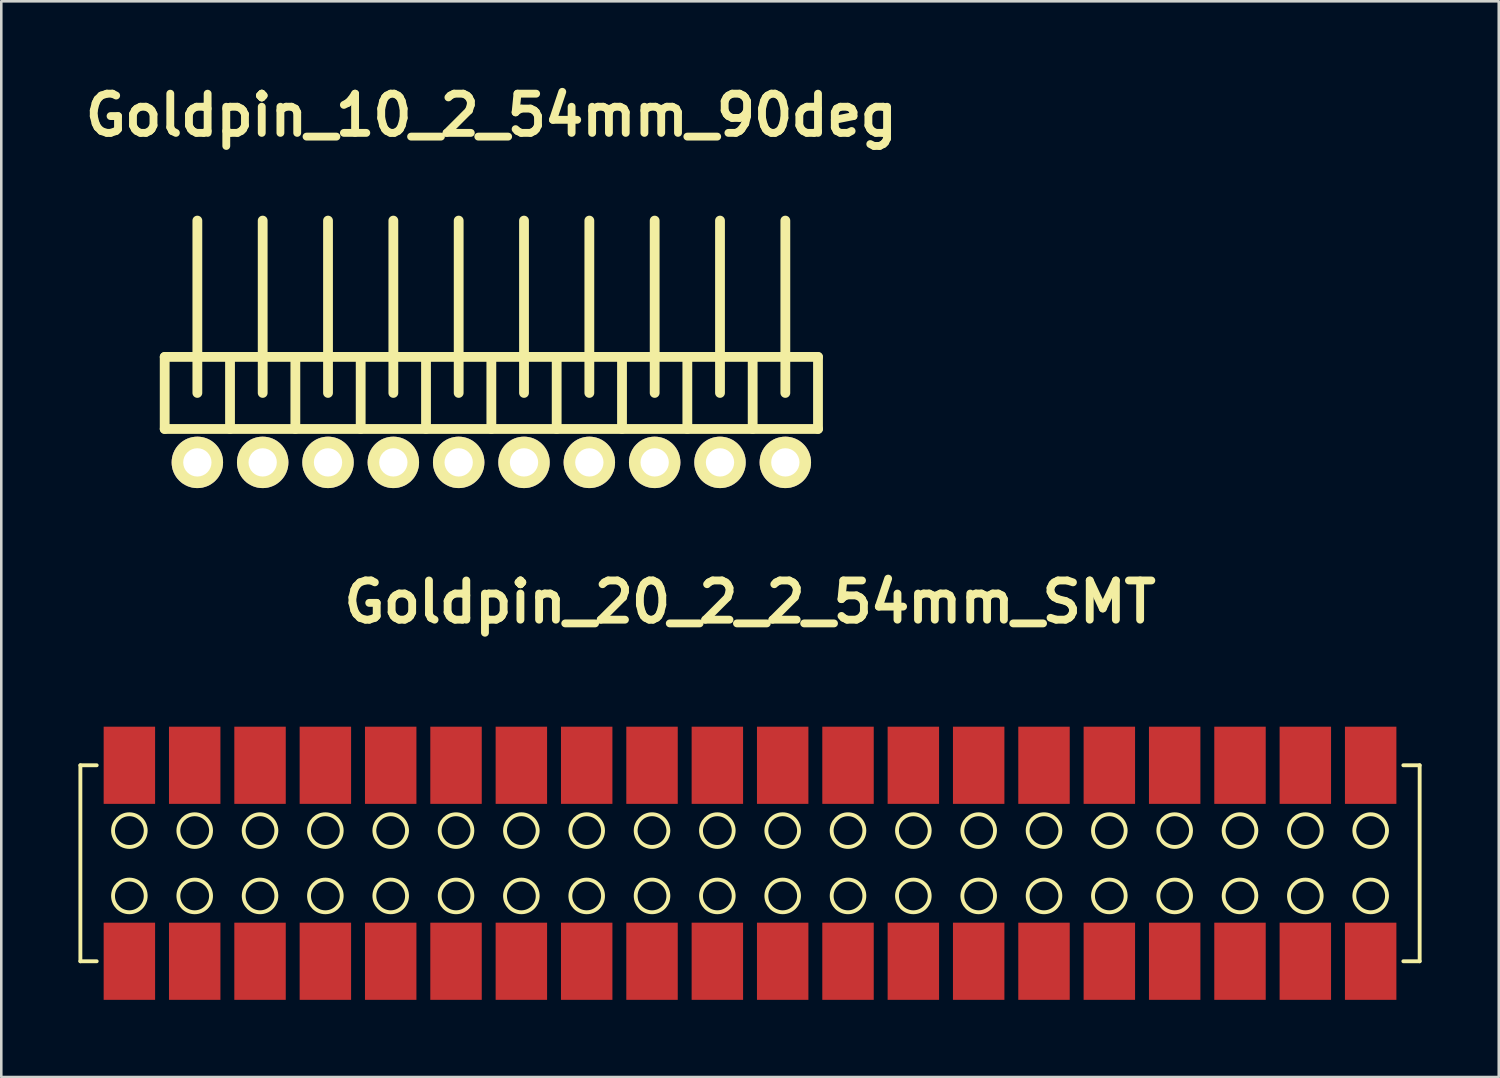
<source format=kicad_pcb>
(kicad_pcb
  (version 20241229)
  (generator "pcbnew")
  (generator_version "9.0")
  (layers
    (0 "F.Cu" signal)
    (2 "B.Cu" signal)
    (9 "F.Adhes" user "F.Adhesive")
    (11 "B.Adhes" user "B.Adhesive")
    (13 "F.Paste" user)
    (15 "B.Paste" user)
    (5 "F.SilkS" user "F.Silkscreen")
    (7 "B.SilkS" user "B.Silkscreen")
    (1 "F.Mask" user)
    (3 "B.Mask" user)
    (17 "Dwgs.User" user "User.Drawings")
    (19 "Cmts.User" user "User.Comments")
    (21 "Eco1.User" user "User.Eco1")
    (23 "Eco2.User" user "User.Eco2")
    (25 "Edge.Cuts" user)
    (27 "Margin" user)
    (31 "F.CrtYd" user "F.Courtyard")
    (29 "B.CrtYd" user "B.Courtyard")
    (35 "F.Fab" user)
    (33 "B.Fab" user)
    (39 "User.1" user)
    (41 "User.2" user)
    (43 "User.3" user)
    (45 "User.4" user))
  (footprint "Goldpin_20_2_2_54mm_SMT"
    (layer "F.Cu")
    (at 26.11 30.513)
    (property "Reference" "Goldpin_20_2_2_54mm_SMT" (at 0 -10.16 0) (layer "F.SilkS") (effects (font (size 1.524 1.524) (thickness 0.305))))
    (attr through_hole)
    (fp_line (start -26.035 -3.81) (end -26.035 3.81) (stroke (width 0.15) (type solid)) (layer "F.SilkS"))
    (fp_line (start -26.035 3.81) (end -25.4 3.81) (stroke (width 0.15) (type solid)) (layer "F.SilkS"))
    (fp_line (start -25.4 -3.81) (end -26.035 -3.81) (stroke (width 0.15) (type solid)) (layer "F.SilkS"))
    (fp_line (start 25.4 -3.81) (end 26.035 -3.81) (stroke (width 0.15) (type solid)) (layer "F.SilkS"))
    (fp_line (start 26.035 -3.81) (end 26.035 3.81) (stroke (width 0.15) (type solid)) (layer "F.SilkS"))
    (fp_line (start 26.035 3.81) (end 25.4 3.81) (stroke (width 0.15) (type solid)) (layer "F.SilkS"))
    (fp_circle (center -24.13 -1.27) (end -23.495 -1.27) (stroke (width 0.15) (type solid)) (fill no) (layer "F.SilkS"))
    (fp_circle (center -24.13 1.27) (end -23.495 1.27) (stroke (width 0.15) (type solid)) (fill no) (layer "F.SilkS"))
    (fp_circle (center -21.59 -1.27) (end -21.59 -0.635) (stroke (width 0.15) (type solid)) (fill no) (layer "F.SilkS"))
    (fp_circle (center -21.59 1.27) (end -21.59 1.905) (stroke (width 0.15) (type solid)) (fill no) (layer "F.SilkS"))
    (fp_circle (center -19.05 -1.27) (end -19.05 -0.635) (stroke (width 0.15) (type solid)) (fill no) (layer "F.SilkS"))
    (fp_circle (center -19.05 1.27) (end -19.05 1.905) (stroke (width 0.15) (type solid)) (fill no) (layer "F.SilkS"))
    (fp_circle (center -16.51 -1.27) (end -16.51 -0.635) (stroke (width 0.15) (type solid)) (fill no) (layer "F.SilkS"))
    (fp_circle (center -16.51 1.27) (end -16.51 1.905) (stroke (width 0.15) (type solid)) (fill no) (layer "F.SilkS"))
    (fp_circle (center -13.97 -1.27) (end -13.97 -0.635) (stroke (width 0.15) (type solid)) (fill no) (layer "F.SilkS"))
    (fp_circle (center -13.97 1.27) (end -13.97 1.905) (stroke (width 0.15) (type solid)) (fill no) (layer "F.SilkS"))
    (fp_circle (center -11.43 -1.27) (end -11.43 -0.635) (stroke (width 0.15) (type solid)) (fill no) (layer "F.SilkS"))
    (fp_circle (center -11.43 1.27) (end -11.43 1.905) (stroke (width 0.15) (type solid)) (fill no) (layer "F.SilkS"))
    (fp_circle (center -8.89 -1.27) (end -8.89 -0.635) (stroke (width 0.15) (type solid)) (fill no) (layer "F.SilkS"))
    (fp_circle (center -8.89 1.27) (end -8.89 1.905) (stroke (width 0.15) (type solid)) (fill no) (layer "F.SilkS"))
    (fp_circle (center -6.35 -1.27) (end -6.35 -0.635) (stroke (width 0.15) (type solid)) (fill no) (layer "F.SilkS"))
    (fp_circle (center -6.35 1.27) (end -6.35 1.905) (stroke (width 0.15) (type solid)) (fill no) (layer "F.SilkS"))
    (fp_circle (center -3.81 -1.27) (end -3.81 -0.635) (stroke (width 0.15) (type solid)) (fill no) (layer "F.SilkS"))
    (fp_circle (center -3.81 1.27) (end -3.81 1.905) (stroke (width 0.15) (type solid)) (fill no) (layer "F.SilkS"))
    (fp_circle (center -1.27 -1.27) (end -1.27 -0.635) (stroke (width 0.15) (type solid)) (fill no) (layer "F.SilkS"))
    (fp_circle (center -1.27 1.27) (end -1.27 1.905) (stroke (width 0.15) (type solid)) (fill no) (layer "F.SilkS"))
    (fp_circle (center 1.27 -1.27) (end 1.27 -0.635) (stroke (width 0.15) (type solid)) (fill no) (layer "F.SilkS"))
    (fp_circle (center 1.27 1.27) (end 1.27 1.905) (stroke (width 0.15) (type solid)) (fill no) (layer "F.SilkS"))
    (fp_circle (center 3.81 -1.27) (end 3.81 -0.635) (stroke (width 0.15) (type solid)) (fill no) (layer "F.SilkS"))
    (fp_circle (center 3.81 1.27) (end 3.81 1.905) (stroke (width 0.15) (type solid)) (fill no) (layer "F.SilkS"))
    (fp_circle (center 6.35 -1.27) (end 6.985 -1.27) (stroke (width 0.15) (type solid)) (fill no) (layer "F.SilkS"))
    (fp_circle (center 6.35 1.27) (end 6.985 1.27) (stroke (width 0.15) (type solid)) (fill no) (layer "F.SilkS"))
    (fp_circle (center 8.89 -1.27) (end 8.89 -0.635) (stroke (width 0.15) (type solid)) (fill no) (layer "F.SilkS"))
    (fp_circle (center 8.89 1.27) (end 8.89 1.905) (stroke (width 0.15) (type solid)) (fill no) (layer "F.SilkS"))
    (fp_circle (center 11.43 -1.27) (end 11.43 -0.635) (stroke (width 0.15) (type solid)) (fill no) (layer "F.SilkS"))
    (fp_circle (center 11.43 1.27) (end 11.43 1.905) (stroke (width 0.15) (type solid)) (fill no) (layer "F.SilkS"))
    (fp_circle (center 13.97 -1.27) (end 13.97 -0.635) (stroke (width 0.15) (type solid)) (fill no) (layer "F.SilkS"))
    (fp_circle (center 13.97 1.27) (end 13.97 1.905) (stroke (width 0.15) (type solid)) (fill no) (layer "F.SilkS"))
    (fp_circle (center 16.51 -1.27) (end 16.51 -0.635) (stroke (width 0.15) (type solid)) (fill no) (layer "F.SilkS"))
    (fp_circle (center 16.51 1.27) (end 16.51 1.905) (stroke (width 0.15) (type solid)) (fill no) (layer "F.SilkS"))
    (fp_circle (center 19.05 -1.27) (end 19.05 -0.635) (stroke (width 0.15) (type solid)) (fill no) (layer "F.SilkS"))
    (fp_circle (center 19.05 1.27) (end 19.05 1.905) (stroke (width 0.15) (type solid)) (fill no) (layer "F.SilkS"))
    (fp_circle (center 21.59 -1.27) (end 22.225 -1.27) (stroke (width 0.15) (type solid)) (fill no) (layer "F.SilkS"))
    (fp_circle (center 21.59 1.27) (end 22.225 1.27) (stroke (width 0.15) (type solid)) (fill no) (layer "F.SilkS"))
    (fp_circle (center 24.13 -1.27) (end 24.765 -1.27) (stroke (width 0.15) (type solid)) (fill no) (layer "F.SilkS"))
    (fp_circle (center 24.13 1.27) (end 24.765 1.27) (stroke (width 0.15) (type solid)) (fill no) (layer "F.SilkS"))
    (pad "1" smd rect (at -24.13 3.81) (size 2 3) (layers "F.Cu" "F.Mask" "F.Paste"))
    (pad "2" smd rect (at -24.13 -3.81) (size 2 3) (layers "F.Cu" "F.Mask" "F.Paste"))
    (pad "3" smd rect (at -21.59 3.81) (size 2 3) (layers "F.Cu" "F.Mask" "F.Paste"))
    (pad "4" smd rect (at -21.59 -3.81) (size 2 3) (layers "F.Cu" "F.Mask" "F.Paste"))
    (pad "5" smd rect (at -19.05 3.81) (size 2 3) (layers "F.Cu" "F.Mask" "F.Paste"))
    (pad "6" smd rect (at -19.05 -3.81) (size 2 3) (layers "F.Cu" "F.Mask" "F.Paste"))
    (pad "7" smd rect (at -16.51 3.81) (size 2 3) (layers "F.Cu" "F.Mask" "F.Paste"))
    (pad "8" smd rect (at -16.51 -3.81) (size 2 3) (layers "F.Cu" "F.Mask" "F.Paste"))
    (pad "9" smd rect (at -13.97 3.81) (size 2 3) (layers "F.Cu" "F.Mask" "F.Paste"))
    (pad "10" smd rect (at -13.97 -3.81) (size 2 3) (layers "F.Cu" "F.Mask" "F.Paste"))
    (pad "11" smd rect (at -11.43 3.81) (size 2 3) (layers "F.Cu" "F.Mask" "F.Paste"))
    (pad "12" smd rect (at -11.43 -3.81) (size 2 3) (layers "F.Cu" "F.Mask" "F.Paste"))
    (pad "13" smd rect (at -8.89 3.81) (size 2 3) (layers "F.Cu" "F.Mask" "F.Paste"))
    (pad "14" smd rect (at -8.89 -3.81) (size 2 3) (layers "F.Cu" "F.Mask" "F.Paste"))
    (pad "15" smd rect (at -6.35 3.81) (size 2 3) (layers "F.Cu" "F.Mask" "F.Paste"))
    (pad "16" smd rect (at -6.35 -3.81) (size 2 3) (layers "F.Cu" "F.Mask" "F.Paste"))
    (pad "17" smd rect (at -3.81 3.81) (size 2 3) (layers "F.Cu" "F.Mask" "F.Paste"))
    (pad "18" smd rect (at -3.81 -3.81) (size 2 3) (layers "F.Cu" "F.Mask" "F.Paste"))
    (pad "19" smd rect (at -1.27 3.81) (size 2 3) (layers "F.Cu" "F.Mask" "F.Paste"))
    (pad "20" smd rect (at -1.27 -3.81) (size 2 3) (layers "F.Cu" "F.Mask" "F.Paste"))
    (pad "21" smd rect (at 1.27 3.81) (size 2 3) (layers "F.Cu" "F.Mask" "F.Paste"))
    (pad "22" smd rect (at 1.27 -3.81) (size 2 3) (layers "F.Cu" "F.Mask" "F.Paste"))
    (pad "23" smd rect (at 3.81 3.81) (size 2 3) (layers "F.Cu" "F.Mask" "F.Paste"))
    (pad "24" smd rect (at 3.81 -3.81) (size 2 3) (layers "F.Cu" "F.Mask" "F.Paste"))
    (pad "25" smd rect (at 6.35 3.81) (size 2 3) (layers "F.Cu" "F.Mask" "F.Paste"))
    (pad "26" smd rect (at 6.35 -3.81) (size 2 3) (layers "F.Cu" "F.Mask" "F.Paste"))
    (pad "27" smd rect (at 8.89 3.81) (size 2 3) (layers "F.Cu" "F.Mask" "F.Paste"))
    (pad "28" smd rect (at 8.89 -3.81) (size 2 3) (layers "F.Cu" "F.Mask" "F.Paste"))
    (pad "29" smd rect (at 11.43 3.81) (size 2 3) (layers "F.Cu" "F.Mask" "F.Paste"))
    (pad "30" smd rect (at 11.43 -3.81) (size 2 3) (layers "F.Cu" "F.Mask" "F.Paste"))
    (pad "31" smd rect (at 13.97 3.81) (size 2 3) (layers "F.Cu" "F.Mask" "F.Paste"))
    (pad "32" smd rect (at 13.97 -3.81) (size 2 3) (layers "F.Cu" "F.Mask" "F.Paste"))
    (pad "33" smd rect (at 16.51 3.81) (size 2 3) (layers "F.Cu" "F.Mask" "F.Paste"))
    (pad "34" smd rect (at 16.51 -3.81) (size 2 3) (layers "F.Cu" "F.Mask" "F.Paste"))
    (pad "35" smd rect (at 19.05 3.81) (size 2 3) (layers "F.Cu" "F.Mask" "F.Paste"))
    (pad "36" smd rect (at 19.05 -3.81) (size 2 3) (layers "F.Cu" "F.Mask" "F.Paste"))
    (pad "37" smd rect (at 21.59 3.81) (size 2 3) (layers "F.Cu" "F.Mask" "F.Paste"))
    (pad "38" smd rect (at 21.59 -3.81) (size 2 3) (layers "F.Cu" "F.Mask" "F.Paste"))
    (pad "39" smd rect (at 24.13 3.81) (size 2 3) (layers "F.Cu" "F.Mask" "F.Paste"))
    (pad "40" smd rect (at 24.13 -3.81) (size 2 3) (layers "F.Cu" "F.Mask" "F.Paste")))
  (footprint "Goldpin_10_2_54mm_90deg"
    (layer "F.Cu")
    (at 16.053 12.227)
    (property "Reference" "Goldpin_10_2_54mm_90deg" (at 0 -10.8 0) (layer "F.SilkS") (effects (font (size 1.524 1.524) (thickness 0.305))))
    (attr through_hole)
    (fp_line (start -12.7 -1.4) (end -12.7 1.4) (stroke (width 0.381) (type solid)) (layer "F.SilkS"))
    (fp_line (start -12.7 1.4) (end 12.7 1.4) (stroke (width 0.381) (type solid)) (layer "F.SilkS"))
    (fp_line (start -11.43 -6.701) (end -11.43 0) (stroke (width 0.381) (type solid)) (layer "F.SilkS"))
    (fp_line (start -10.16 -1.4) (end -10.16 1.4) (stroke (width 0.381) (type solid)) (layer "F.SilkS"))
    (fp_line (start -8.89 -6.701) (end -8.89 0) (stroke (width 0.381) (type solid)) (layer "F.SilkS"))
    (fp_line (start -7.62 -1.4) (end -7.62 1.4) (stroke (width 0.381) (type solid)) (layer "F.SilkS"))
    (fp_line (start -6.35 -6.701) (end -6.35 0) (stroke (width 0.381) (type solid)) (layer "F.SilkS"))
    (fp_line (start -5.08 -1.4) (end -5.08 1.4) (stroke (width 0.381) (type solid)) (layer "F.SilkS"))
    (fp_line (start -3.81 -6.701) (end -3.81 0) (stroke (width 0.381) (type solid)) (layer "F.SilkS"))
    (fp_line (start -2.54 -1.4) (end -2.54 1.4) (stroke (width 0.381) (type solid)) (layer "F.SilkS"))
    (fp_line (start -1.27 -6.701) (end -1.27 0) (stroke (width 0.381) (type solid)) (layer "F.SilkS"))
    (fp_line (start 0 -1.4) (end -12.7 -1.4) (stroke (width 0.381) (type solid)) (layer "F.SilkS"))
    (fp_line (start 0 -1.4) (end 0 1.4) (stroke (width 0.381) (type solid)) (layer "F.SilkS"))
    (fp_line (start 1.27 -6.701) (end 1.27 0) (stroke (width 0.381) (type solid)) (layer "F.SilkS"))
    (fp_line (start 2.54 -1.4) (end 2.54 1.4) (stroke (width 0.381) (type solid)) (layer "F.SilkS"))
    (fp_line (start 3.81 -6.701) (end 3.81 0) (stroke (width 0.381) (type solid)) (layer "F.SilkS"))
    (fp_line (start 5.08 -1.4) (end 5.08 1.4) (stroke (width 0.381) (type solid)) (layer "F.SilkS"))
    (fp_line (start 6.35 -6.701) (end 6.35 0) (stroke (width 0.381) (type solid)) (layer "F.SilkS"))
    (fp_line (start 7.62 -1.4) (end 7.62 1.4) (stroke (width 0.381) (type solid)) (layer "F.SilkS"))
    (fp_line (start 8.89 -6.701) (end 8.89 0) (stroke (width 0.381) (type solid)) (layer "F.SilkS"))
    (fp_line (start 10.16 -1.4) (end 10.16 1.4) (stroke (width 0.381) (type solid)) (layer "F.SilkS"))
    (fp_line (start 11.43 0) (end 11.43 -6.701) (stroke (width 0.381) (type solid)) (layer "F.SilkS"))
    (fp_line (start 12.7 -1.4) (end 0 -1.4) (stroke (width 0.381) (type solid)) (layer "F.SilkS"))
    (fp_line (start 12.7 1.4) (end 12.7 -1.4) (stroke (width 0.381) (type solid)) (layer "F.SilkS"))
    (pad "1" thru_hole circle (at -11.43 2.7) (size 1.999 1.999) (drill 1.1) (layers "*.Cu" "*.Mask" "F.SilkS"))
    (pad "2" thru_hole circle (at -8.89 2.7) (size 1.999 1.999) (drill 1.1) (layers "*.Cu" "*.Mask" "F.SilkS"))
    (pad "3" thru_hole circle (at -6.35 2.7) (size 1.999 1.999) (drill 1.1) (layers "*.Cu" "*.Mask" "F.SilkS"))
    (pad "4" thru_hole circle (at -3.81 2.7) (size 1.999 1.999) (drill 1.1) (layers "*.Cu" "*.Mask" "F.SilkS"))
    (pad "5" thru_hole circle (at -1.27 2.7) (size 1.999 1.999) (drill 1.1) (layers "*.Cu" "*.Mask" "F.SilkS"))
    (pad "6" thru_hole circle (at 1.27 2.7) (size 1.999 1.999) (drill 1.1) (layers "*.Cu" "*.Mask" "F.SilkS"))
    (pad "7" thru_hole circle (at 3.81 2.7) (size 1.999 1.999) (drill 1.1) (layers "*.Cu" "*.Mask" "F.SilkS"))
    (pad "8" thru_hole circle (at 6.35 2.7) (size 1.999 1.999) (drill 1.1) (layers "*.Cu" "*.Mask" "F.SilkS"))
    (pad "9" thru_hole circle (at 8.89 2.7) (size 1.999 1.999) (drill 1.1) (layers "*.Cu" "*.Mask" "F.SilkS"))
    (pad "10" thru_hole circle (at 11.43 2.7) (size 1.999 1.999) (drill 1.1) (layers "*.Cu" "*.Mask" "F.SilkS")))
  (gr_rect
    (start -3 -3)
    (end 55.22 38.823)
    (stroke (width 0.1) (type default))
    (fill no)
    (layer "Edge.Cuts")))
</source>
